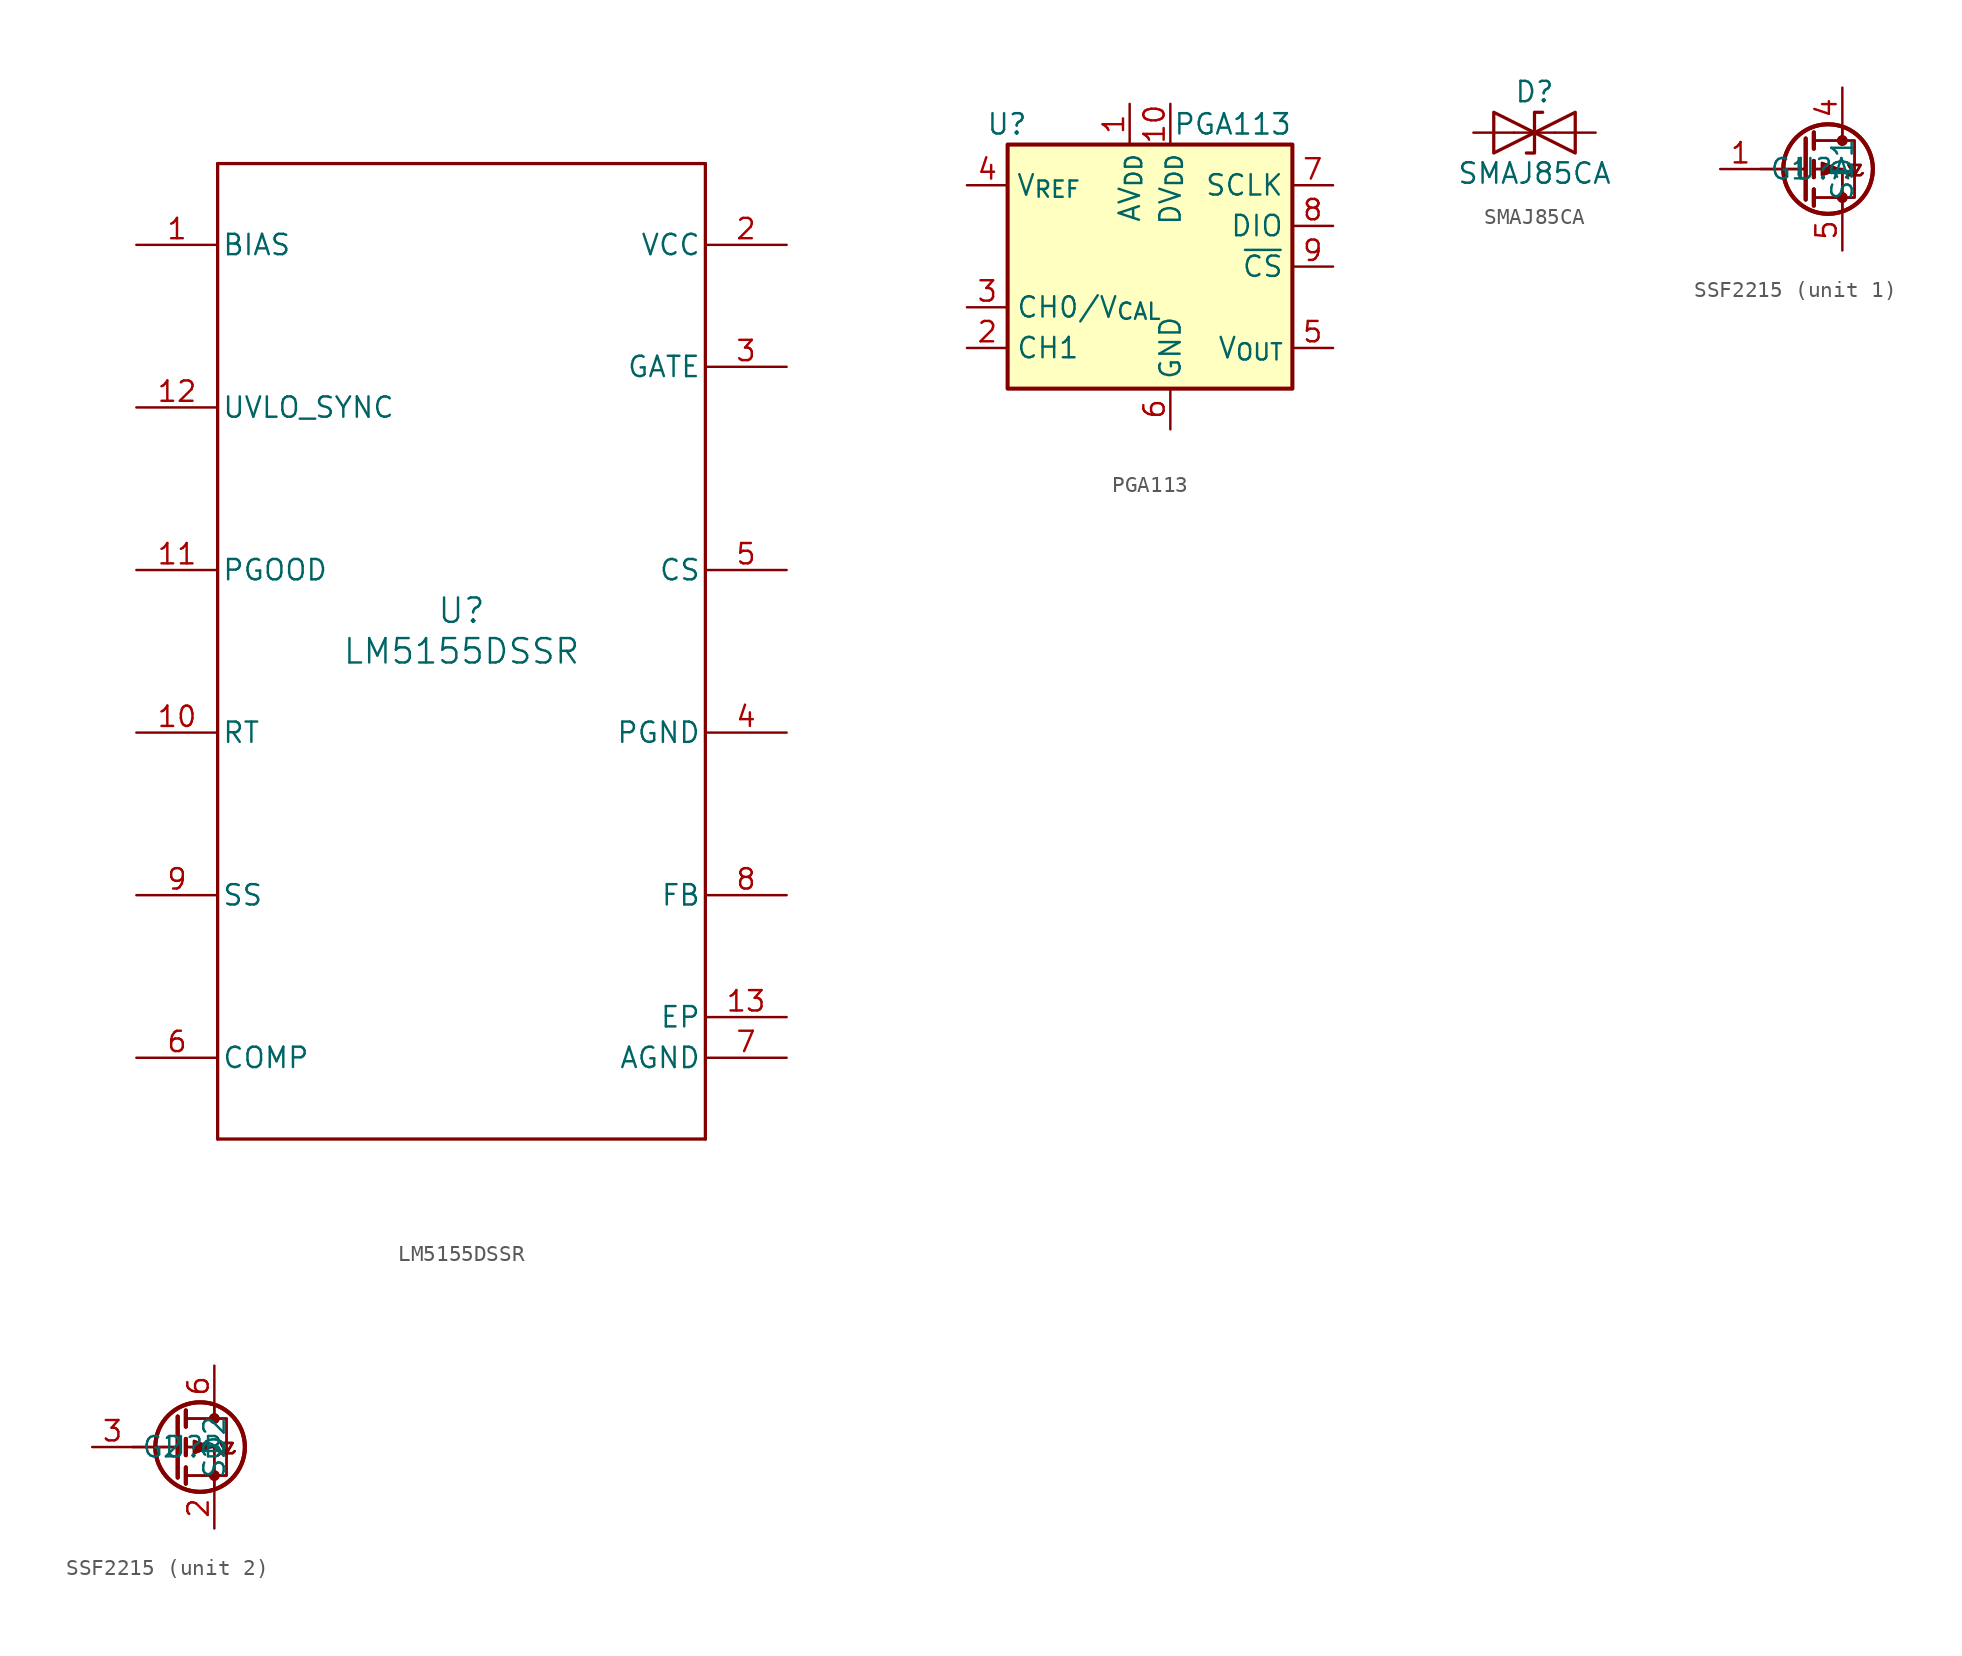
<source format=kicad_sym>
(kicad_symbol_lib
  (version 20231120)
  (generator "kicad_symbol_editor")
  (generator_version "8.0")
  (symbol "LM5155DSSR"
    (pin_names
      (offset 0.254))
    (property "Reference" "U"
      (at 0 2.54 0)
      (effects (font (size 1.524 1.524))))
    (property "Value" "LM5155DSSR"
      (at 0 0 0)
      (effects (font (size 1.524 1.524))))
    (property "ki_locked" ""
      (at 0 0 0)
      (effects (font (size 1.27 1.27))))
    (symbol "LM5155DSSR_0_1"
      (polyline (pts (xy -15.24 -30.48) (xy 15.24 -30.48)) (stroke (width 0.203) (type default)) (fill (type none)))
      (polyline (pts (xy -15.24 30.48) (xy -15.24 -30.48)) (stroke (width 0.203) (type default)) (fill (type none)))
      (polyline (pts (xy 15.24 -30.48) (xy 15.24 30.48)) (stroke (width 0.203) (type default)) (fill (type none)))
      (polyline (pts (xy 15.24 30.48) (xy -15.24 30.48)) (stroke (width 0.203) (type default)) (fill (type none)))
      (pin power_in line (at -20.32 25.4 0) (length 5.08) (name "BIAS" (effects (font (size 1.27 1.27)))) (number "1" (effects (font (size 1.27 1.27)))))
      (pin input line (at -20.32 -5.08 0) (length 5.08) (name "RT" (effects (font (size 1.27 1.27)))) (number "10" (effects (font (size 1.27 1.27)))))
      (pin open_collector line (at -20.32 5.08 0) (length 5.08) (name "PGOOD" (effects (font (size 1.27 1.27)))) (number "11" (effects (font (size 1.27 1.27)))))
      (pin input line (at -20.32 15.24 0) (length 5.08) (name "UVLO_SYNC" (effects (font (size 1.27 1.27)))) (number "12" (effects (font (size 1.27 1.27)))))
      (pin unspecified line (at 20.32 -22.86 180) (length 5.08) (name "EP" (effects (font (size 1.27 1.27)))) (number "13" (effects (font (size 1.27 1.27)))))
      (pin power_in line (at 20.32 25.4 180) (length 5.08) (name "VCC" (effects (font (size 1.27 1.27)))) (number "2" (effects (font (size 1.27 1.27)))))
      (pin output line (at 20.32 17.78 180) (length 5.08) (name "GATE" (effects (font (size 1.27 1.27)))) (number "3" (effects (font (size 1.27 1.27)))))
      (pin power_in line (at 20.32 -5.08 180) (length 5.08) (name "PGND" (effects (font (size 1.27 1.27)))) (number "4" (effects (font (size 1.27 1.27)))))
      (pin input line (at 20.32 5.08 180) (length 5.08) (name "CS" (effects (font (size 1.27 1.27)))) (number "5" (effects (font (size 1.27 1.27)))))
      (pin output line (at -20.32 -25.4 0) (length 5.08) (name "COMP" (effects (font (size 1.27 1.27)))) (number "6" (effects (font (size 1.27 1.27)))))
      (pin power_in line (at 20.32 -25.4 180) (length 5.08) (name "AGND" (effects (font (size 1.27 1.27)))) (number "7" (effects (font (size 1.27 1.27)))))
      (pin input line (at 20.32 -15.24 180) (length 5.08) (name "FB" (effects (font (size 1.27 1.27)))) (number "8" (effects (font (size 1.27 1.27)))))
      (pin input line (at -20.32 -15.24 0) (length 5.08) (name "SS" (effects (font (size 1.27 1.27)))) (number "9" (effects (font (size 1.27 1.27)))))))
  (symbol "PGA113"
    (property "Reference" "U"
      (at -8.89 8.89 0)
      (effects (font (size 1.27 1.27)) (justify right)))
    (property "Value" "PGA113"
      (at 7.62 8.89 0)
      (effects (font (size 1.27 1.27)) (justify right)))
    (symbol "PGA113_0_1"
      (rectangle (start -10.16 7.62) (end 7.62 -7.62) (stroke (width 0.254) (type default)) (fill (type background))))
    (symbol "PGA113_1_1"
      (pin power_in line (at -2.54 10.16 270) (length 2.54) (name "AV_{DD}" (effects (font (size 1.27 1.27)))) (number "1" (effects (font (size 1.27 1.27)))))
      (pin power_in line (at 0 10.16 270) (length 2.54) (name "DV_{DD}" (effects (font (size 1.27 1.27)))) (number "10" (effects (font (size 1.27 1.27)))))
      (pin input line (at -12.7 -5.08 0) (length 2.54) (name "CH1" (effects (font (size 1.27 1.27)))) (number "2" (effects (font (size 1.27 1.27)))))
      (pin input line (at -12.7 -2.54 0) (length 2.54) (name "CH0/V_{CAL}" (effects (font (size 1.27 1.27)))) (number "3" (effects (font (size 1.27 1.27)))))
      (pin input line (at -12.7 5.08 0) (length 2.54) (name "V_{REF}" (effects (font (size 1.27 1.27)))) (number "4" (effects (font (size 1.27 1.27)))))
      (pin output line (at 10.16 -5.08 180) (length 2.54) (name "V_{OUT}" (effects (font (size 1.27 1.27)))) (number "5" (effects (font (size 1.27 1.27)))))
      (pin power_in line (at 0 -10.16 90) (length 2.54) (name "GND" (effects (font (size 1.27 1.27)))) (number "6" (effects (font (size 1.27 1.27)))))
      (pin input line (at 10.16 5.08 180) (length 2.54) (name "SCLK" (effects (font (size 1.27 1.27)))) (number "7" (effects (font (size 1.27 1.27)))))
      (pin bidirectional line (at 10.16 2.54 180) (length 2.54) (name "DIO" (effects (font (size 1.27 1.27)))) (number "8" (effects (font (size 1.27 1.27)))))
      (pin input line (at 10.16 0 180) (length 2.54) (name "~{CS}" (effects (font (size 1.27 1.27)))) (number "9" (effects (font (size 1.27 1.27)))))))
  (symbol "SMAJ85CA"
    (pin_numbers hide)
    (pin_names
      (offset 1.016) hide)
    (property "Reference" "D"
      (at 0 2.54 0)
      (effects (font (size 1.27 1.27))))
    (property "Value" "SMAJ85CA"
      (at 0 -2.54 0)
      (effects (font (size 1.27 1.27))))
    (symbol "SMAJ85CA_0_1"
      (polyline (pts (xy 1.27 0) (xy -1.27 0)) (stroke (width 0) (type default)) (fill (type none)))
      (polyline (pts (xy -2.54 -1.27) (xy 0 0) (xy -2.54 1.27) (xy -2.54 -1.27)) (stroke (width 0.203) (type default)) (fill (type none)))
      (polyline (pts (xy 0.508 1.27) (xy 0 1.27) (xy 0 -1.27) (xy -0.508 -1.27)) (stroke (width 0.203) (type default)) (fill (type none)))
      (polyline (pts (xy 2.54 1.27) (xy 2.54 -1.27) (xy 0 0) (xy 2.54 1.27)) (stroke (width 0.203) (type default)) (fill (type none))))
    (symbol "SMAJ85CA_1_1"
      (pin passive line (at -3.81 0 0) (length 2.54) (name "A1" (effects (font (size 1.27 1.27)))) (number "1" (effects (font (size 1.27 1.27)))))
      (pin passive line (at 3.81 0 180) (length 2.54) (name "A2" (effects (font (size 1.27 1.27)))) (number "2" (effects (font (size 1.27 1.27)))))))
  (symbol "SSF2215"
    (property "Reference" "U"
      (at 0 0 0)
      (effects (font (size 1.27 1.27))))
    (property "Value" ""
      (at 0 0 0)
      (effects (font (size 1.27 1.27))))
    (property "ki_locked" ""
      (at 0 0 0)
      (effects (font (size 1.27 1.27))))
    (symbol "SSF2215_0_1"
      (polyline (pts (xy -1.016 0) (xy -3.81 0)) (stroke (width 0) (type default)) (fill (type none)))
      (polyline (pts (xy -1.016 0) (xy -3.81 0)) (stroke (width 0) (type default)) (fill (type none)))
      (polyline (pts (xy -1.016 1.905) (xy -1.016 -1.905)) (stroke (width 0.254) (type default)) (fill (type none)))
      (polyline (pts (xy -1.016 1.905) (xy -1.016 -1.905)) (stroke (width 0.254) (type default)) (fill (type none)))
      (polyline (pts (xy -0.508 -1.27) (xy -0.508 -2.286)) (stroke (width 0.254) (type default)) (fill (type none)))
      (polyline (pts (xy -0.508 -1.27) (xy -0.508 -2.286)) (stroke (width 0.254) (type default)) (fill (type none)))
      (polyline (pts (xy -0.508 0.508) (xy -0.508 -0.508)) (stroke (width 0.254) (type default)) (fill (type none)))
      (polyline (pts (xy -0.508 0.508) (xy -0.508 -0.508)) (stroke (width 0.254) (type default)) (fill (type none)))
      (polyline (pts (xy -0.508 2.286) (xy -0.508 1.27)) (stroke (width 0.254) (type default)) (fill (type none)))
      (polyline (pts (xy -0.508 2.286) (xy -0.508 1.27)) (stroke (width 0.254) (type default)) (fill (type none)))
      (polyline (pts (xy 1.27 2.54) (xy 1.27 1.778)) (stroke (width 0) (type default)) (fill (type none)))
      (polyline (pts (xy 1.27 2.54) (xy 1.27 1.778)) (stroke (width 0) (type default)) (fill (type none)))
      (polyline (pts (xy 1.27 -2.54) (xy 1.27 0) (xy -0.508 0)) (stroke (width 0) (type default)) (fill (type none)))
      (polyline (pts (xy 1.27 -2.54) (xy 1.27 0) (xy -0.508 0)) (stroke (width 0) (type default)) (fill (type none)))
      (polyline (pts (xy -0.508 1.778) (xy 2.032 1.778) (xy 2.032 -1.778) (xy -0.508 -1.778)) (stroke (width 0) (type default)) (fill (type none)))
      (polyline (pts (xy -0.508 1.778) (xy 2.032 1.778) (xy 2.032 -1.778) (xy -0.508 -1.778)) (stroke (width 0) (type default)) (fill (type none)))
      (polyline (pts (xy 1.016 0) (xy 0 0.381) (xy 0 -0.381) (xy 1.016 0)) (stroke (width 0) (type default)) (fill (type outline)))
      (polyline (pts (xy 1.016 0) (xy 0 0.381) (xy 0 -0.381) (xy 1.016 0)) (stroke (width 0) (type default)) (fill (type outline)))
      (polyline (pts (xy 1.524 -0.508) (xy 1.651 -0.381) (xy 2.413 -0.381) (xy 2.54 -0.254)) (stroke (width 0) (type default)) (fill (type none)))
      (polyline (pts (xy 1.524 -0.508) (xy 1.651 -0.381) (xy 2.413 -0.381) (xy 2.54 -0.254)) (stroke (width 0) (type default)) (fill (type none)))
      (polyline (pts (xy 2.032 -0.381) (xy 1.651 0.254) (xy 2.413 0.254) (xy 2.032 -0.381)) (stroke (width 0) (type default)) (fill (type none)))
      (polyline (pts (xy 2.032 -0.381) (xy 1.651 0.254) (xy 2.413 0.254) (xy 2.032 -0.381)) (stroke (width 0) (type default)) (fill (type none)))
      (circle (center 0.381 0) (radius 2.794) (stroke (width 0.254) (type default)) (fill (type none)))
      (circle (center 0.381 0) (radius 2.794) (stroke (width 0.254) (type default)) (fill (type none)))
      (circle (center 1.27 -1.778) (radius 0.254) (stroke (width 0) (type default)) (fill (type outline)))
      (circle (center 1.27 -1.778) (radius 0.254) (stroke (width 0) (type default)) (fill (type outline)))
      (circle (center 1.27 1.778) (radius 0.254) (stroke (width 0) (type default)) (fill (type outline)))
      (circle (center 1.27 1.778) (radius 0.254) (stroke (width 0) (type default)) (fill (type outline))))
    (symbol "SSF2215_1_1"
      (pin input line (at -6.35 0 0) (length 2.54) (name "G1" (effects (font (size 1.27 1.27)))) (number "1" (effects (font (size 1.27 1.27)))))
      (pin passive line (at 1.27 5.08 270) (length 2.54) (name "D1" (effects (font (size 1.27 1.27)))) (number "4" (effects (font (size 1.27 1.27)))))
      (pin passive line (at 1.27 -5.08 90) (length 2.54) (name "S1" (effects (font (size 1.27 1.27)))) (number "5" (effects (font (size 1.27 1.27))))))
    (symbol "SSF2215_2_1"
      (pin passive line (at 1.27 -5.08 90) (length 2.54) (name "S2" (effects (font (size 1.27 1.27)))) (number "2" (effects (font (size 1.27 1.27)))))
      (pin input line (at -6.35 0 0) (length 2.54) (name "G2" (effects (font (size 1.27 1.27)))) (number "3" (effects (font (size 1.27 1.27)))))
      (pin passive line (at 1.27 5.08 270) (length 2.54) (name "D2" (effects (font (size 1.27 1.27)))) (number "6" (effects (font (size 1.27 1.27))))))))
</source>
